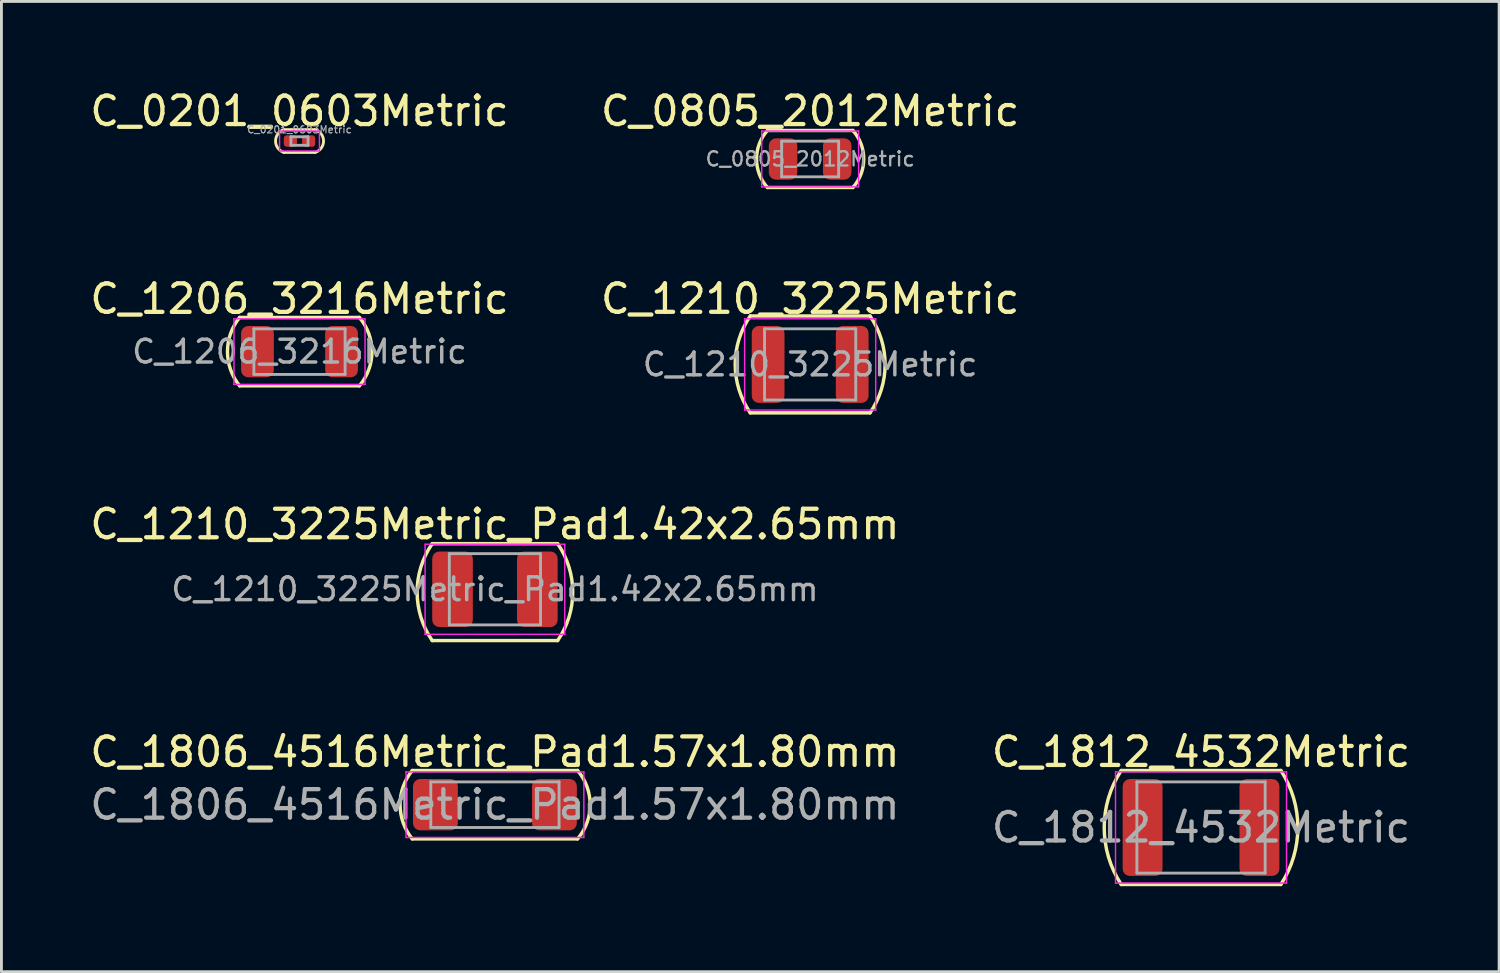
<source format=kicad_pcb>
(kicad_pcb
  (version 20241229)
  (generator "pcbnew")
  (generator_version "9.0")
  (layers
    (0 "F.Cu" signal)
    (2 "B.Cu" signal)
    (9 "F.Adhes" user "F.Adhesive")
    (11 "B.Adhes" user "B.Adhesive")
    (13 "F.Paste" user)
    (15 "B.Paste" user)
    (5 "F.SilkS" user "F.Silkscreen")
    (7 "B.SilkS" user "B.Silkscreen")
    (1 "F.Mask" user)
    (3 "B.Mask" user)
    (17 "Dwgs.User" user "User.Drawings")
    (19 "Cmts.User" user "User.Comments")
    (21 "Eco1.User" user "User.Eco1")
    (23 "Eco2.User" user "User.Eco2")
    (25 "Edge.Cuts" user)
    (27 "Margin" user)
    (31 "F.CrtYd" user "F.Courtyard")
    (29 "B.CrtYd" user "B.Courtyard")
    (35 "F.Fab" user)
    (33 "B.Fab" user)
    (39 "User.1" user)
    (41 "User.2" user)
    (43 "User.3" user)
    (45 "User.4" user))
  (footprint "C_1206_3216Metric"
    (layer "F.Cu")
    (at 7.458 9.287)
    (property "Reference" "C_1206_3216Metric" (at 0 -1.85 0) (layer "F.SilkS") (effects (font (size 1 1) (thickness 0.15))))
    (attr smd)
    (fp_line (start -2.1 1.2) (end 2.1 1.2) (stroke (width 0.12) (type solid)) (layer "F.SilkS"))
    (fp_line (start 2.1 -1.2) (end -2.1 -1.2) (stroke (width 0.12) (type solid)) (layer "F.SilkS"))
    (fp_arc (start -2.1 1.2) (mid -2.526625 0) (end -2.1 -1.2) (stroke (width 0.12) (type solid)) (layer "F.SilkS"))
    (fp_arc (start 2.1 -1.2) (mid 2.541962 0) (end 2.1 1.2) (stroke (width 0.12) (type solid)) (layer "F.SilkS"))
    (fp_line (start -2.3 -1.15) (end 2.3 -1.15) (stroke (width 0.05) (type solid)) (layer "F.CrtYd"))
    (fp_line (start -2.3 1.15) (end -2.3 -1.15) (stroke (width 0.05) (type solid)) (layer "F.CrtYd"))
    (fp_line (start 2.3 -1.15) (end 2.3 1.15) (stroke (width 0.05) (type solid)) (layer "F.CrtYd"))
    (fp_line (start 2.3 1.15) (end -2.3 1.15) (stroke (width 0.05) (type solid)) (layer "F.CrtYd"))
    (fp_line (start -1.6 -0.8) (end 1.6 -0.8) (stroke (width 0.1) (type solid)) (layer "F.Fab"))
    (fp_line (start -1.6 0.8) (end -1.6 -0.8) (stroke (width 0.1) (type solid)) (layer "F.Fab"))
    (fp_line (start 1.6 -0.8) (end 1.6 0.8) (stroke (width 0.1) (type solid)) (layer "F.Fab"))
    (fp_line (start 1.6 0.8) (end -1.6 0.8) (stroke (width 0.1) (type solid)) (layer "F.Fab"))
    (fp_text user "${REFERENCE}" (at 0 0 0) (layer "F.Fab") (effects (font (size 0.8 0.8) (thickness 0.12))))
    (pad "1" smd roundrect (at -1.475 0) (size 1.15 1.8) (layers "F.Cu" "F.Mask" "F.Paste") (roundrect_rratio 0.217))
    (pad "2" smd roundrect (at 1.475 0) (size 1.15 1.8) (layers "F.Cu" "F.Mask" "F.Paste") (roundrect_rratio 0.217)))
  (footprint "C_0201_0603Metric"
    (layer "F.Cu")
    (at 7.458 1.898)
    (property "Reference" "C_0201_0603Metric" (at 0 -1.05 0) (layer "F.SilkS") (effects (font (size 1 1) (thickness 0.15))))
    (attr smd)
    (fp_line (start -0.55 0.4) (end 0.55 0.4) (stroke (width 0.1) (type solid)) (layer "F.SilkS"))
    (fp_line (start 0.55 -0.4) (end -0.55 -0.4) (stroke (width 0.1) (type solid)) (layer "F.SilkS"))
    (fp_arc (start -0.55 0.399999) (mid -0.840003 -0.000001) (end -0.55 -0.4) (stroke (width 0.1) (type solid)) (layer "F.SilkS"))
    (fp_arc (start 0.55 -0.400001) (mid 0.844375 -0.000001) (end 0.55 0.399999) (stroke (width 0.1) (type solid)) (layer "F.SilkS"))
    (fp_line (start -0.7 -0.35) (end 0.7 -0.35) (stroke (width 0.05) (type solid)) (layer "F.CrtYd"))
    (fp_line (start -0.7 0.35) (end -0.7 -0.35) (stroke (width 0.05) (type solid)) (layer "F.CrtYd"))
    (fp_line (start 0.7 -0.35) (end 0.7 0.35) (stroke (width 0.05) (type solid)) (layer "F.CrtYd"))
    (fp_line (start 0.7 0.35) (end -0.7 0.35) (stroke (width 0.05) (type solid)) (layer "F.CrtYd"))
    (fp_line (start -0.3 -0.15) (end 0.3 -0.15) (stroke (width 0.1) (type solid)) (layer "F.Fab"))
    (fp_line (start -0.3 0.15) (end -0.3 -0.15) (stroke (width 0.1) (type solid)) (layer "F.Fab"))
    (fp_line (start 0.3 -0.15) (end 0.3 0.15) (stroke (width 0.1) (type solid)) (layer "F.Fab"))
    (fp_line (start 0.3 0.15) (end -0.3 0.15) (stroke (width 0.1) (type solid)) (layer "F.Fab"))
    (fp_text user "${REFERENCE}" (at 0 -0.4 0) (layer "F.Fab") (effects (font (size 0.25 0.25) (thickness 0.04))))
    (pad "" smd roundrect (at -0.345 0) (size 0.318 0.36) (layers "F.Paste") (roundrect_rratio 0.25))
    (pad "" smd roundrect (at 0.345 0) (size 0.318 0.36) (layers "F.Paste") (roundrect_rratio 0.25))
    (pad "1" smd roundrect (at -0.32 0) (size 0.46 0.4) (layers "F.Cu" "F.Mask") (roundrect_rratio 0.25))
    (pad "2" smd roundrect (at 0.32 0) (size 0.46 0.4) (layers "F.Cu" "F.Mask") (roundrect_rratio 0.25)))
  (footprint "C_1806_4516Metric_Pad1.57x1.80mm"
    (layer "F.Cu")
    (at 14.315 25.183)
    (property "Reference" "C_1806_4516Metric_Pad1.57x1.80mm" (at 0 -1.85 0) (layer "F.SilkS") (effects (font (size 1 1) (thickness 0.15))))
    (attr smd)
    (fp_line (start -2.9 1.2) (end 2.9 1.2) (stroke (width 0.12) (type solid)) (layer "F.SilkS"))
    (fp_line (start 2.9 -1.2) (end -2.9 -1.2) (stroke (width 0.12) (type solid)) (layer "F.SilkS"))
    (fp_arc (start -2.9 1.2) (mid -3.328355 0) (end -2.9 -1.2) (stroke (width 0.12) (type solid)) (layer "F.SilkS"))
    (fp_arc (start 2.9 -1.2) (mid 3.341073 0) (end 2.9 1.2) (stroke (width 0.12) (type solid)) (layer "F.SilkS"))
    (fp_line (start -3.12 -1.15) (end 3.12 -1.15) (stroke (width 0.05) (type solid)) (layer "F.CrtYd"))
    (fp_line (start -3.12 1.15) (end -3.12 -1.15) (stroke (width 0.05) (type solid)) (layer "F.CrtYd"))
    (fp_line (start 3.12 -1.15) (end 3.12 1.15) (stroke (width 0.05) (type solid)) (layer "F.CrtYd"))
    (fp_line (start 3.12 1.15) (end -3.12 1.15) (stroke (width 0.05) (type solid)) (layer "F.CrtYd"))
    (fp_line (start -2.25 -0.8) (end 2.25 -0.8) (stroke (width 0.1) (type solid)) (layer "F.Fab"))
    (fp_line (start -2.25 0.8) (end -2.25 -0.8) (stroke (width 0.1) (type solid)) (layer "F.Fab"))
    (fp_line (start 2.25 -0.8) (end 2.25 0.8) (stroke (width 0.1) (type solid)) (layer "F.Fab"))
    (fp_line (start 2.25 0.8) (end -2.25 0.8) (stroke (width 0.1) (type solid)) (layer "F.Fab"))
    (fp_text user "${REFERENCE}" (at 0 0 0) (layer "F.Fab") (effects (font (size 1 1) (thickness 0.15))))
    (pad "1" smd roundrect (at -2.087 0) (size 1.575 1.8) (layers "F.Cu" "F.Mask" "F.Paste") (roundrect_rratio 0.159))
    (pad "2" smd roundrect (at 2.087 0) (size 1.575 1.8) (layers "F.Cu" "F.Mask" "F.Paste") (roundrect_rratio 0.159)))
  (footprint "C_1210_3225Metric"
    (layer "F.Cu")
    (at 25.375 9.736)
    (property "Reference" "C_1210_3225Metric" (at 0 -2.3 0) (layer "F.SilkS") (effects (font (size 1 1) (thickness 0.15))))
    (attr smd)
    (fp_line (start -2.1 1.7) (end 2.1 1.7) (stroke (width 0.12) (type solid)) (layer "F.SilkS"))
    (fp_line (start 2.1 -1.7) (end -2.1 -1.7) (stroke (width 0.12) (type solid)) (layer "F.SilkS"))
    (fp_arc (start -2.1 1.7) (mid -2.629833 0) (end -2.1 -1.7) (stroke (width 0.12) (type solid)) (layer "F.SilkS"))
    (fp_arc (start 2.1 -1.7) (mid 2.629833 0) (end 2.1 1.7) (stroke (width 0.12) (type solid)) (layer "F.SilkS"))
    (fp_line (start -2.3 -1.6) (end 2.3 -1.6) (stroke (width 0.05) (type solid)) (layer "F.CrtYd"))
    (fp_line (start -2.3 1.6) (end -2.3 -1.6) (stroke (width 0.05) (type solid)) (layer "F.CrtYd"))
    (fp_line (start 2.3 -1.6) (end 2.3 1.6) (stroke (width 0.05) (type solid)) (layer "F.CrtYd"))
    (fp_line (start 2.3 1.6) (end -2.3 1.6) (stroke (width 0.05) (type solid)) (layer "F.CrtYd"))
    (fp_line (start -1.6 -1.25) (end 1.6 -1.25) (stroke (width 0.1) (type solid)) (layer "F.Fab"))
    (fp_line (start -1.6 1.25) (end -1.6 -1.25) (stroke (width 0.1) (type solid)) (layer "F.Fab"))
    (fp_line (start 1.6 -1.25) (end 1.6 1.25) (stroke (width 0.1) (type solid)) (layer "F.Fab"))
    (fp_line (start 1.6 1.25) (end -1.6 1.25) (stroke (width 0.1) (type solid)) (layer "F.Fab"))
    (fp_text user "${REFERENCE}" (at 0 0 0) (layer "F.Fab") (effects (font (size 0.8 0.8) (thickness 0.12))))
    (pad "1" smd roundrect (at -1.475 0) (size 1.15 2.7) (layers "F.Cu" "F.Mask" "F.Paste") (roundrect_rratio 0.217))
    (pad "2" smd roundrect (at 1.475 0) (size 1.15 2.7) (layers "F.Cu" "F.Mask" "F.Paste") (roundrect_rratio 0.217)))
  (footprint "C_1210_3225Metric_Pad1.42x2.65mm"
    (layer "F.Cu")
    (at 14.315 17.625)
    (property "Reference" "C_1210_3225Metric_Pad1.42x2.65mm" (at 0 -2.28 0) (layer "F.SilkS") (effects (font (size 1 1) (thickness 0.15))))
    (attr smd)
    (fp_line (start -2.2 1.8) (end 2.2 1.8) (stroke (width 0.12) (type solid)) (layer "F.SilkS"))
    (fp_line (start 2.2 -1.6) (end -2.2 -1.6) (stroke (width 0.12) (type solid)) (layer "F.SilkS"))
    (fp_arc (start -2.2 1.8) (mid -2.729833 0.1) (end -2.2 -1.6) (stroke (width 0.12) (type solid)) (layer "F.SilkS"))
    (fp_arc (start 2.2 -1.6) (mid 2.729833 0.1) (end 2.2 1.8) (stroke (width 0.12) (type solid)) (layer "F.SilkS"))
    (fp_line (start -2.45 -1.58) (end 2.45 -1.58) (stroke (width 0.05) (type solid)) (layer "F.CrtYd"))
    (fp_line (start -2.45 1.58) (end -2.45 -1.58) (stroke (width 0.05) (type solid)) (layer "F.CrtYd"))
    (fp_line (start 2.45 -1.58) (end 2.45 1.58) (stroke (width 0.05) (type solid)) (layer "F.CrtYd"))
    (fp_line (start 2.45 1.58) (end -2.45 1.58) (stroke (width 0.05) (type solid)) (layer "F.CrtYd"))
    (fp_line (start -1.6 -1.25) (end 1.6 -1.25) (stroke (width 0.1) (type solid)) (layer "F.Fab"))
    (fp_line (start -1.6 1.25) (end -1.6 -1.25) (stroke (width 0.1) (type solid)) (layer "F.Fab"))
    (fp_line (start 1.6 -1.25) (end 1.6 1.25) (stroke (width 0.1) (type solid)) (layer "F.Fab"))
    (fp_line (start 1.6 1.25) (end -1.6 1.25) (stroke (width 0.1) (type solid)) (layer "F.Fab"))
    (fp_text user "${REFERENCE}" (at 0 0 0) (layer "F.Fab") (effects (font (size 0.8 0.8) (thickness 0.12))))
    (pad "1" smd roundrect (at -1.488 0) (size 1.425 2.65) (layers "F.Cu" "F.Mask" "F.Paste") (roundrect_rratio 0.175))
    (pad "2" smd roundrect (at 1.488 0) (size 1.425 2.65) (layers "F.Cu" "F.Mask" "F.Paste") (roundrect_rratio 0.175)))
  (footprint "C_1812_4532Metric"
    (layer "F.Cu")
    (at 39.089 25.983)
    (property "Reference" "C_1812_4532Metric" (at 0 -2.65 0) (layer "F.SilkS") (effects (font (size 1 1) (thickness 0.15))))
    (attr smd)
    (fp_line (start -2.8 2) (end 2.8 2) (stroke (width 0.12) (type solid)) (layer "F.SilkS"))
    (fp_line (start 2.8 -2) (end -2.8 -2) (stroke (width 0.12) (type solid)) (layer "F.SilkS"))
    (fp_arc (start -2.8 2) (mid -3.396884 0) (end -2.8 -2) (stroke (width 0.12) (type solid)) (layer "F.SilkS"))
    (fp_arc (start 2.8 -2) (mid 3.396884 0) (end 2.8 2) (stroke (width 0.12) (type solid)) (layer "F.SilkS"))
    (fp_line (start -3 -1.95) (end 3 -1.95) (stroke (width 0.05) (type solid)) (layer "F.CrtYd"))
    (fp_line (start -3 1.95) (end -3 -1.95) (stroke (width 0.05) (type solid)) (layer "F.CrtYd"))
    (fp_line (start 3 -1.95) (end 3 1.95) (stroke (width 0.05) (type solid)) (layer "F.CrtYd"))
    (fp_line (start 3 1.95) (end -3 1.95) (stroke (width 0.05) (type solid)) (layer "F.CrtYd"))
    (fp_line (start -2.25 -1.6) (end 2.25 -1.6) (stroke (width 0.1) (type solid)) (layer "F.Fab"))
    (fp_line (start -2.25 1.6) (end -2.25 -1.6) (stroke (width 0.1) (type solid)) (layer "F.Fab"))
    (fp_line (start 2.25 -1.6) (end 2.25 1.6) (stroke (width 0.1) (type solid)) (layer "F.Fab"))
    (fp_line (start 2.25 1.6) (end -2.25 1.6) (stroke (width 0.1) (type solid)) (layer "F.Fab"))
    (fp_text user "${REFERENCE}" (at 0 0 0) (layer "F.Fab") (effects (font (size 1 1) (thickness 0.15))))
    (pad "1" smd roundrect (at -2.05 0) (size 1.4 3.4) (layers "F.Cu" "F.Mask" "F.Paste") (roundrect_rratio 0.179))
    (pad "2" smd roundrect (at 2.05 0) (size 1.4 3.4) (layers "F.Cu" "F.Mask" "F.Paste") (roundrect_rratio 0.179)))
  (footprint "C_0805_2012Metric"
    (layer "F.Cu")
    (at 25.375 2.528)
    (property "Reference" "C_0805_2012Metric" (at 0 -1.68 0) (layer "F.SilkS") (effects (font (size 1 1) (thickness 0.15))))
    (attr smd)
    (fp_line (start -1.5 1) (end 1.5 1) (stroke (width 0.12) (type solid)) (layer "F.SilkS"))
    (fp_line (start 1.5 -1) (end -1.5 -1) (stroke (width 0.12) (type solid)) (layer "F.SilkS"))
    (fp_arc (start -1.5 1) (mid -1.880894 0) (end -1.5 -1) (stroke (width 0.12) (type solid)) (layer "F.SilkS"))
    (fp_arc (start 1.5 -1) (mid 1.880894 0) (end 1.5 1) (stroke (width 0.12) (type solid)) (layer "F.SilkS"))
    (fp_line (start -1.7 -0.98) (end 1.7 -0.98) (stroke (width 0.05) (type solid)) (layer "F.CrtYd"))
    (fp_line (start -1.7 0.98) (end -1.7 -0.98) (stroke (width 0.05) (type solid)) (layer "F.CrtYd"))
    (fp_line (start 1.7 -0.98) (end 1.7 0.98) (stroke (width 0.05) (type solid)) (layer "F.CrtYd"))
    (fp_line (start 1.7 0.98) (end -1.7 0.98) (stroke (width 0.05) (type solid)) (layer "F.CrtYd"))
    (fp_line (start -1 -0.625) (end 1 -0.625) (stroke (width 0.1) (type solid)) (layer "F.Fab"))
    (fp_line (start -1 0.625) (end -1 -0.625) (stroke (width 0.1) (type solid)) (layer "F.Fab"))
    (fp_line (start 1 -0.625) (end 1 0.625) (stroke (width 0.1) (type solid)) (layer "F.Fab"))
    (fp_line (start 1 0.625) (end -1 0.625) (stroke (width 0.1) (type solid)) (layer "F.Fab"))
    (fp_text user "${REFERENCE}" (at 0 0 0) (layer "F.Fab") (effects (font (size 0.5 0.5) (thickness 0.08))))
    (pad "1" smd roundrect (at -0.95 0) (size 1 1.45) (layers "F.Cu" "F.Mask" "F.Paste") (roundrect_rratio 0.25))
    (pad "2" smd roundrect (at 0.95 0) (size 1 1.45) (layers "F.Cu" "F.Mask" "F.Paste") (roundrect_rratio 0.25)))
  (gr_rect
    (start -3 -3)
    (end 49.548 31.043)
    (stroke (width 0.1) (type default))
    (fill no)
    (layer "Edge.Cuts")))
</source>
